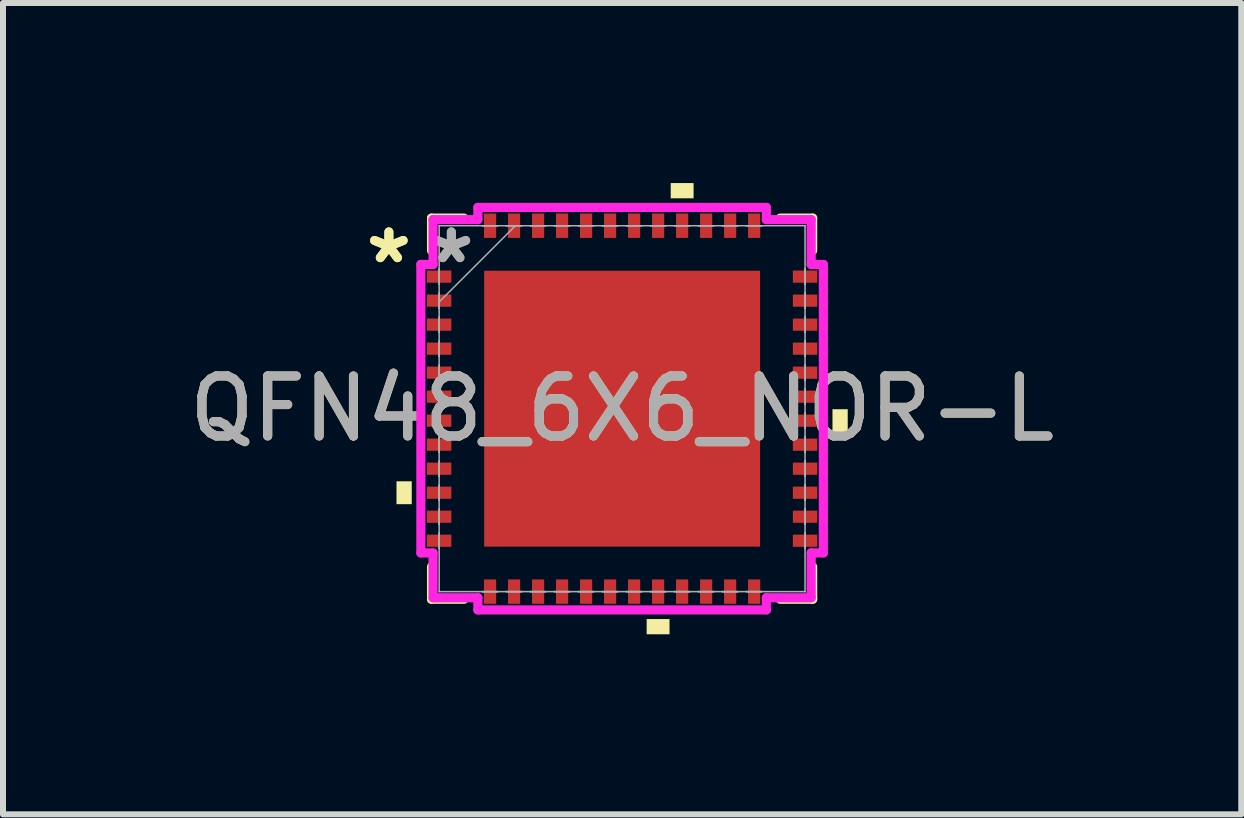
<source format=kicad_pcb>
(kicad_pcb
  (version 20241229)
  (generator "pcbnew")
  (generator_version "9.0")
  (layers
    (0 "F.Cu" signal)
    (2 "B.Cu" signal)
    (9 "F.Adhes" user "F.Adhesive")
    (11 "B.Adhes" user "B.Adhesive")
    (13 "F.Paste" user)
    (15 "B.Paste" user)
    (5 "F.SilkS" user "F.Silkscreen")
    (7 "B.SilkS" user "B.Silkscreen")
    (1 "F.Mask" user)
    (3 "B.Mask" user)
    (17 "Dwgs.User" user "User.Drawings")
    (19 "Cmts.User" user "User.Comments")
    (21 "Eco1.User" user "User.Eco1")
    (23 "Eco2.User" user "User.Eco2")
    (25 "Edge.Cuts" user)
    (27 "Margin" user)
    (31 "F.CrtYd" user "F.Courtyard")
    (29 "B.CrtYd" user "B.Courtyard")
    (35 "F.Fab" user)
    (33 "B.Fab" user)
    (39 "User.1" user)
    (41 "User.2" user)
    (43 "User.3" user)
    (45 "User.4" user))
  (footprint "QFN48_6X6_NOR-L"
    (layer "F.Cu")
    (at 7.315 3.759)
    (property "Reference" "QFN48_6X6_NOR-L" (at 0 0 0) (unlocked yes) (layer "F.SilkS") (effects (font (size 1 1) (thickness 0.15))))
    (attr smd)
    (fp_line (start -3.175 -3.175) (end -3.175 -2.634) (stroke (width 0.152) (type solid)) (layer "F.SilkS"))
    (fp_line (start -3.175 2.634) (end -3.175 3.175) (stroke (width 0.152) (type solid)) (layer "F.SilkS"))
    (fp_line (start -3.175 3.175) (end -2.634 3.175) (stroke (width 0.152) (type solid)) (layer "F.SilkS"))
    (fp_line (start -2.634 -3.175) (end -3.175 -3.175) (stroke (width 0.152) (type solid)) (layer "F.SilkS"))
    (fp_line (start 2.634 3.175) (end 3.175 3.175) (stroke (width 0.152) (type solid)) (layer "F.SilkS"))
    (fp_line (start 3.175 -3.175) (end 2.634 -3.175) (stroke (width 0.152) (type solid)) (layer "F.SilkS"))
    (fp_line (start 3.175 -2.634) (end 3.175 -3.175) (stroke (width 0.152) (type solid)) (layer "F.SilkS"))
    (fp_line (start 3.175 3.175) (end 3.175 2.634) (stroke (width 0.152) (type solid)) (layer "F.SilkS"))
    (fp_poly (pts (xy -3.759 1.21) (xy -3.759 1.591) (xy -3.505 1.591) (xy -3.505 1.21)) (stroke (width 0) (type solid)) (fill yes) (layer "F.SilkS"))
    (fp_poly (pts (xy 0.409 3.505) (xy 0.409 3.759) (xy 0.79 3.759) (xy 0.79 3.505)) (stroke (width 0) (type solid)) (fill yes) (layer "F.SilkS"))
    (fp_poly (pts (xy 0.81 -3.505) (xy 0.81 -3.759) (xy 1.191 -3.759) (xy 1.191 -3.505)) (stroke (width 0) (type solid)) (fill yes) (layer "F.SilkS"))
    (fp_poly (pts (xy 3.759 0.009) (xy 3.759 0.391) (xy 3.505 0.391) (xy 3.505 0.009)) (stroke (width 0) (type solid)) (fill yes) (layer "F.SilkS"))
    (fp_poly (pts (xy -2.199 -2.199) (xy -2.199 -0.866) (xy -0.866 -0.866) (xy -0.866 -2.199)) (stroke (width 0) (type solid)) (fill yes) (layer "F.Paste"))
    (fp_poly (pts (xy -2.199 -0.666) (xy -2.199 0.666) (xy -0.866 0.666) (xy -0.866 -0.666)) (stroke (width 0) (type solid)) (fill yes) (layer "F.Paste"))
    (fp_poly (pts (xy -2.199 0.866) (xy -2.199 2.199) (xy -0.866 2.199) (xy -0.866 0.866)) (stroke (width 0) (type solid)) (fill yes) (layer "F.Paste"))
    (fp_poly (pts (xy -0.666 -2.199) (xy -0.666 -0.866) (xy 0.666 -0.866) (xy 0.666 -2.199)) (stroke (width 0) (type solid)) (fill yes) (layer "F.Paste"))
    (fp_poly (pts (xy -0.666 -0.666) (xy -0.666 0.666) (xy 0.666 0.666) (xy 0.666 -0.666)) (stroke (width 0) (type solid)) (fill yes) (layer "F.Paste"))
    (fp_poly (pts (xy -0.666 0.866) (xy -0.666 2.199) (xy 0.666 2.199) (xy 0.666 0.866)) (stroke (width 0) (type solid)) (fill yes) (layer "F.Paste"))
    (fp_poly (pts (xy 0.866 -2.199) (xy 0.866 -0.866) (xy 2.199 -0.866) (xy 2.199 -2.199)) (stroke (width 0) (type solid)) (fill yes) (layer "F.Paste"))
    (fp_poly (pts (xy 0.866 -0.666) (xy 0.866 0.666) (xy 2.199 0.666) (xy 2.199 -0.666)) (stroke (width 0) (type solid)) (fill yes) (layer "F.Paste"))
    (fp_poly (pts (xy 0.866 0.866) (xy 0.866 2.199) (xy 2.199 2.199) (xy 2.199 0.866)) (stroke (width 0) (type solid)) (fill yes) (layer "F.Paste"))
    (fp_line (start -3.353 -2.403) (end -3.15 -2.403) (stroke (width 0.152) (type solid)) (layer "F.CrtYd"))
    (fp_line (start -3.353 2.403) (end -3.353 -2.403) (stroke (width 0.152) (type solid)) (layer "F.CrtYd"))
    (fp_line (start -3.15 -3.15) (end -2.403 -3.15) (stroke (width 0.152) (type solid)) (layer "F.CrtYd"))
    (fp_line (start -3.15 -2.403) (end -3.15 -3.15) (stroke (width 0.152) (type solid)) (layer "F.CrtYd"))
    (fp_line (start -3.15 2.403) (end -3.353 2.403) (stroke (width 0.152) (type solid)) (layer "F.CrtYd"))
    (fp_line (start -3.15 3.15) (end -3.15 2.403) (stroke (width 0.152) (type solid)) (layer "F.CrtYd"))
    (fp_line (start -2.403 -3.353) (end 2.403 -3.353) (stroke (width 0.152) (type solid)) (layer "F.CrtYd"))
    (fp_line (start -2.403 -3.15) (end -2.403 -3.353) (stroke (width 0.152) (type solid)) (layer "F.CrtYd"))
    (fp_line (start -2.403 3.15) (end -3.15 3.15) (stroke (width 0.152) (type solid)) (layer "F.CrtYd"))
    (fp_line (start -2.403 3.353) (end -2.403 3.15) (stroke (width 0.152) (type solid)) (layer "F.CrtYd"))
    (fp_line (start 2.403 -3.353) (end 2.403 -3.15) (stroke (width 0.152) (type solid)) (layer "F.CrtYd"))
    (fp_line (start 2.403 -3.15) (end 3.15 -3.15) (stroke (width 0.152) (type solid)) (layer "F.CrtYd"))
    (fp_line (start 2.403 3.15) (end 2.403 3.353) (stroke (width 0.152) (type solid)) (layer "F.CrtYd"))
    (fp_line (start 2.403 3.353) (end -2.403 3.353) (stroke (width 0.152) (type solid)) (layer "F.CrtYd"))
    (fp_line (start 3.15 -3.15) (end 3.15 -2.403) (stroke (width 0.152) (type solid)) (layer "F.CrtYd"))
    (fp_line (start 3.15 -2.403) (end 3.353 -2.403) (stroke (width 0.152) (type solid)) (layer "F.CrtYd"))
    (fp_line (start 3.15 2.403) (end 3.15 3.15) (stroke (width 0.152) (type solid)) (layer "F.CrtYd"))
    (fp_line (start 3.15 3.15) (end 2.403 3.15) (stroke (width 0.152) (type solid)) (layer "F.CrtYd"))
    (fp_line (start 3.353 -2.403) (end 3.353 2.403) (stroke (width 0.152) (type solid)) (layer "F.CrtYd"))
    (fp_line (start 3.353 2.403) (end 3.15 2.403) (stroke (width 0.152) (type solid)) (layer "F.CrtYd"))
    (fp_line (start -3.048 -3.048) (end -3.048 -3.048) (stroke (width 0.025) (type solid)) (layer "F.Fab"))
    (fp_line (start -3.048 -3.048) (end -3.048 3.048) (stroke (width 0.025) (type solid)) (layer "F.Fab"))
    (fp_line (start -3.048 -2.327) (end -3.048 -2.327) (stroke (width 0.025) (type solid)) (layer "F.Fab"))
    (fp_line (start -3.048 -2.327) (end -3.048 -2.073) (stroke (width 0.025) (type solid)) (layer "F.Fab"))
    (fp_line (start -3.048 -2.073) (end -3.048 -2.327) (stroke (width 0.025) (type solid)) (layer "F.Fab"))
    (fp_line (start -3.048 -2.073) (end -3.048 -2.073) (stroke (width 0.025) (type solid)) (layer "F.Fab"))
    (fp_line (start -3.048 -1.927) (end -3.048 -1.927) (stroke (width 0.025) (type solid)) (layer "F.Fab"))
    (fp_line (start -3.048 -1.927) (end -3.048 -1.673) (stroke (width 0.025) (type solid)) (layer "F.Fab"))
    (fp_line (start -3.048 -1.778) (end -1.778 -3.048) (stroke (width 0.025) (type solid)) (layer "F.Fab"))
    (fp_line (start -3.048 -1.673) (end -3.048 -1.927) (stroke (width 0.025) (type solid)) (layer "F.Fab"))
    (fp_line (start -3.048 -1.673) (end -3.048 -1.673) (stroke (width 0.025) (type solid)) (layer "F.Fab"))
    (fp_line (start -3.048 -1.527) (end -3.048 -1.527) (stroke (width 0.025) (type solid)) (layer "F.Fab"))
    (fp_line (start -3.048 -1.527) (end -3.048 -1.273) (stroke (width 0.025) (type solid)) (layer "F.Fab"))
    (fp_line (start -3.048 -1.273) (end -3.048 -1.527) (stroke (width 0.025) (type solid)) (layer "F.Fab"))
    (fp_line (start -3.048 -1.273) (end -3.048 -1.273) (stroke (width 0.025) (type solid)) (layer "F.Fab"))
    (fp_line (start -3.048 -1.127) (end -3.048 -1.127) (stroke (width 0.025) (type solid)) (layer "F.Fab"))
    (fp_line (start -3.048 -1.127) (end -3.048 -0.873) (stroke (width 0.025) (type solid)) (layer "F.Fab"))
    (fp_line (start -3.048 -0.873) (end -3.048 -1.127) (stroke (width 0.025) (type solid)) (layer "F.Fab"))
    (fp_line (start -3.048 -0.873) (end -3.048 -0.873) (stroke (width 0.025) (type solid)) (layer "F.Fab"))
    (fp_line (start -3.048 -0.727) (end -3.048 -0.727) (stroke (width 0.025) (type solid)) (layer "F.Fab"))
    (fp_line (start -3.048 -0.727) (end -3.048 -0.473) (stroke (width 0.025) (type solid)) (layer "F.Fab"))
    (fp_line (start -3.048 -0.473) (end -3.048 -0.727) (stroke (width 0.025) (type solid)) (layer "F.Fab"))
    (fp_line (start -3.048 -0.473) (end -3.048 -0.473) (stroke (width 0.025) (type solid)) (layer "F.Fab"))
    (fp_line (start -3.048 -0.327) (end -3.048 -0.327) (stroke (width 0.025) (type solid)) (layer "F.Fab"))
    (fp_line (start -3.048 -0.327) (end -3.048 -0.073) (stroke (width 0.025) (type solid)) (layer "F.Fab"))
    (fp_line (start -3.048 -0.073) (end -3.048 -0.327) (stroke (width 0.025) (type solid)) (layer "F.Fab"))
    (fp_line (start -3.048 -0.073) (end -3.048 -0.073) (stroke (width 0.025) (type solid)) (layer "F.Fab"))
    (fp_line (start -3.048 0.073) (end -3.048 0.073) (stroke (width 0.025) (type solid)) (layer "F.Fab"))
    (fp_line (start -3.048 0.073) (end -3.048 0.327) (stroke (width 0.025) (type solid)) (layer "F.Fab"))
    (fp_line (start -3.048 0.327) (end -3.048 0.073) (stroke (width 0.025) (type solid)) (layer "F.Fab"))
    (fp_line (start -3.048 0.327) (end -3.048 0.327) (stroke (width 0.025) (type solid)) (layer "F.Fab"))
    (fp_line (start -3.048 0.473) (end -3.048 0.473) (stroke (width 0.025) (type solid)) (layer "F.Fab"))
    (fp_line (start -3.048 0.473) (end -3.048 0.727) (stroke (width 0.025) (type solid)) (layer "F.Fab"))
    (fp_line (start -3.048 0.727) (end -3.048 0.473) (stroke (width 0.025) (type solid)) (layer "F.Fab"))
    (fp_line (start -3.048 0.727) (end -3.048 0.727) (stroke (width 0.025) (type solid)) (layer "F.Fab"))
    (fp_line (start -3.048 0.873) (end -3.048 0.873) (stroke (width 0.025) (type solid)) (layer "F.Fab"))
    (fp_line (start -3.048 0.873) (end -3.048 1.127) (stroke (width 0.025) (type solid)) (layer "F.Fab"))
    (fp_line (start -3.048 1.127) (end -3.048 0.873) (stroke (width 0.025) (type solid)) (layer "F.Fab"))
    (fp_line (start -3.048 1.127) (end -3.048 1.127) (stroke (width 0.025) (type solid)) (layer "F.Fab"))
    (fp_line (start -3.048 1.273) (end -3.048 1.273) (stroke (width 0.025) (type solid)) (layer "F.Fab"))
    (fp_line (start -3.048 1.273) (end -3.048 1.527) (stroke (width 0.025) (type solid)) (layer "F.Fab"))
    (fp_line (start -3.048 1.527) (end -3.048 1.273) (stroke (width 0.025) (type solid)) (layer "F.Fab"))
    (fp_line (start -3.048 1.527) (end -3.048 1.527) (stroke (width 0.025) (type solid)) (layer "F.Fab"))
    (fp_line (start -3.048 1.673) (end -3.048 1.673) (stroke (width 0.025) (type solid)) (layer "F.Fab"))
    (fp_line (start -3.048 1.673) (end -3.048 1.927) (stroke (width 0.025) (type solid)) (layer "F.Fab"))
    (fp_line (start -3.048 1.927) (end -3.048 1.673) (stroke (width 0.025) (type solid)) (layer "F.Fab"))
    (fp_line (start -3.048 1.927) (end -3.048 1.927) (stroke (width 0.025) (type solid)) (layer "F.Fab"))
    (fp_line (start -3.048 2.073) (end -3.048 2.073) (stroke (width 0.025) (type solid)) (layer "F.Fab"))
    (fp_line (start -3.048 2.073) (end -3.048 2.327) (stroke (width 0.025) (type solid)) (layer "F.Fab"))
    (fp_line (start -3.048 2.327) (end -3.048 2.073) (stroke (width 0.025) (type solid)) (layer "F.Fab"))
    (fp_line (start -3.048 2.327) (end -3.048 2.327) (stroke (width 0.025) (type solid)) (layer "F.Fab"))
    (fp_line (start -3.048 3.048) (end -3.048 3.048) (stroke (width 0.025) (type solid)) (layer "F.Fab"))
    (fp_line (start -3.048 3.048) (end 3.048 3.048) (stroke (width 0.025) (type solid)) (layer "F.Fab"))
    (fp_line (start -2.327 -3.048) (end -2.327 -3.048) (stroke (width 0.025) (type solid)) (layer "F.Fab"))
    (fp_line (start -2.327 -3.048) (end -2.073 -3.048) (stroke (width 0.025) (type solid)) (layer "F.Fab"))
    (fp_line (start -2.327 3.048) (end -2.327 3.048) (stroke (width 0.025) (type solid)) (layer "F.Fab"))
    (fp_line (start -2.327 3.048) (end -2.073 3.048) (stroke (width 0.025) (type solid)) (layer "F.Fab"))
    (fp_line (start -2.073 -3.048) (end -2.327 -3.048) (stroke (width 0.025) (type solid)) (layer "F.Fab"))
    (fp_line (start -2.073 -3.048) (end -2.073 -3.048) (stroke (width 0.025) (type solid)) (layer "F.Fab"))
    (fp_line (start -2.073 3.048) (end -2.327 3.048) (stroke (width 0.025) (type solid)) (layer "F.Fab"))
    (fp_line (start -2.073 3.048) (end -2.073 3.048) (stroke (width 0.025) (type solid)) (layer "F.Fab"))
    (fp_line (start -1.927 -3.048) (end -1.927 -3.048) (stroke (width 0.025) (type solid)) (layer "F.Fab"))
    (fp_line (start -1.927 -3.048) (end -1.673 -3.048) (stroke (width 0.025) (type solid)) (layer "F.Fab"))
    (fp_line (start -1.927 3.048) (end -1.927 3.048) (stroke (width 0.025) (type solid)) (layer "F.Fab"))
    (fp_line (start -1.927 3.048) (end -1.673 3.048) (stroke (width 0.025) (type solid)) (layer "F.Fab"))
    (fp_line (start -1.673 -3.048) (end -1.927 -3.048) (stroke (width 0.025) (type solid)) (layer "F.Fab"))
    (fp_line (start -1.673 -3.048) (end -1.673 -3.048) (stroke (width 0.025) (type solid)) (layer "F.Fab"))
    (fp_line (start -1.673 3.048) (end -1.927 3.048) (stroke (width 0.025) (type solid)) (layer "F.Fab"))
    (fp_line (start -1.673 3.048) (end -1.673 3.048) (stroke (width 0.025) (type solid)) (layer "F.Fab"))
    (fp_line (start -1.527 -3.048) (end -1.527 -3.048) (stroke (width 0.025) (type solid)) (layer "F.Fab"))
    (fp_line (start -1.527 -3.048) (end -1.273 -3.048) (stroke (width 0.025) (type solid)) (layer "F.Fab"))
    (fp_line (start -1.527 3.048) (end -1.527 3.048) (stroke (width 0.025) (type solid)) (layer "F.Fab"))
    (fp_line (start -1.527 3.048) (end -1.273 3.048) (stroke (width 0.025) (type solid)) (layer "F.Fab"))
    (fp_line (start -1.273 -3.048) (end -1.527 -3.048) (stroke (width 0.025) (type solid)) (layer "F.Fab"))
    (fp_line (start -1.273 -3.048) (end -1.273 -3.048) (stroke (width 0.025) (type solid)) (layer "F.Fab"))
    (fp_line (start -1.273 3.048) (end -1.527 3.048) (stroke (width 0.025) (type solid)) (layer "F.Fab"))
    (fp_line (start -1.273 3.048) (end -1.273 3.048) (stroke (width 0.025) (type solid)) (layer "F.Fab"))
    (fp_line (start -1.127 -3.048) (end -1.127 -3.048) (stroke (width 0.025) (type solid)) (layer "F.Fab"))
    (fp_line (start -1.127 -3.048) (end -0.873 -3.048) (stroke (width 0.025) (type solid)) (layer "F.Fab"))
    (fp_line (start -1.127 3.048) (end -1.127 3.048) (stroke (width 0.025) (type solid)) (layer "F.Fab"))
    (fp_line (start -1.127 3.048) (end -0.873 3.048) (stroke (width 0.025) (type solid)) (layer "F.Fab"))
    (fp_line (start -0.873 -3.048) (end -1.127 -3.048) (stroke (width 0.025) (type solid)) (layer "F.Fab"))
    (fp_line (start -0.873 -3.048) (end -0.873 -3.048) (stroke (width 0.025) (type solid)) (layer "F.Fab"))
    (fp_line (start -0.873 3.048) (end -1.127 3.048) (stroke (width 0.025) (type solid)) (layer "F.Fab"))
    (fp_line (start -0.873 3.048) (end -0.873 3.048) (stroke (width 0.025) (type solid)) (layer "F.Fab"))
    (fp_line (start -0.727 -3.048) (end -0.727 -3.048) (stroke (width 0.025) (type solid)) (layer "F.Fab"))
    (fp_line (start -0.727 -3.048) (end -0.473 -3.048) (stroke (width 0.025) (type solid)) (layer "F.Fab"))
    (fp_line (start -0.727 3.048) (end -0.727 3.048) (stroke (width 0.025) (type solid)) (layer "F.Fab"))
    (fp_line (start -0.727 3.048) (end -0.473 3.048) (stroke (width 0.025) (type solid)) (layer "F.Fab"))
    (fp_line (start -0.473 -3.048) (end -0.727 -3.048) (stroke (width 0.025) (type solid)) (layer "F.Fab"))
    (fp_line (start -0.473 -3.048) (end -0.473 -3.048) (stroke (width 0.025) (type solid)) (layer "F.Fab"))
    (fp_line (start -0.473 3.048) (end -0.727 3.048) (stroke (width 0.025) (type solid)) (layer "F.Fab"))
    (fp_line (start -0.473 3.048) (end -0.473 3.048) (stroke (width 0.025) (type solid)) (layer "F.Fab"))
    (fp_line (start -0.327 -3.048) (end -0.327 -3.048) (stroke (width 0.025) (type solid)) (layer "F.Fab"))
    (fp_line (start -0.327 -3.048) (end -0.073 -3.048) (stroke (width 0.025) (type solid)) (layer "F.Fab"))
    (fp_line (start -0.327 3.048) (end -0.327 3.048) (stroke (width 0.025) (type solid)) (layer "F.Fab"))
    (fp_line (start -0.327 3.048) (end -0.073 3.048) (stroke (width 0.025) (type solid)) (layer "F.Fab"))
    (fp_line (start -0.073 -3.048) (end -0.327 -3.048) (stroke (width 0.025) (type solid)) (layer "F.Fab"))
    (fp_line (start -0.073 -3.048) (end -0.073 -3.048) (stroke (width 0.025) (type solid)) (layer "F.Fab"))
    (fp_line (start -0.073 3.048) (end -0.327 3.048) (stroke (width 0.025) (type solid)) (layer "F.Fab"))
    (fp_line (start -0.073 3.048) (end -0.073 3.048) (stroke (width 0.025) (type solid)) (layer "F.Fab"))
    (fp_line (start 0.073 -3.048) (end 0.073 -3.048) (stroke (width 0.025) (type solid)) (layer "F.Fab"))
    (fp_line (start 0.073 -3.048) (end 0.327 -3.048) (stroke (width 0.025) (type solid)) (layer "F.Fab"))
    (fp_line (start 0.073 3.048) (end 0.073 3.048) (stroke (width 0.025) (type solid)) (layer "F.Fab"))
    (fp_line (start 0.073 3.048) (end 0.327 3.048) (stroke (width 0.025) (type solid)) (layer "F.Fab"))
    (fp_line (start 0.327 -3.048) (end 0.073 -3.048) (stroke (width 0.025) (type solid)) (layer "F.Fab"))
    (fp_line (start 0.327 -3.048) (end 0.327 -3.048) (stroke (width 0.025) (type solid)) (layer "F.Fab"))
    (fp_line (start 0.327 3.048) (end 0.073 3.048) (stroke (width 0.025) (type solid)) (layer "F.Fab"))
    (fp_line (start 0.327 3.048) (end 0.327 3.048) (stroke (width 0.025) (type solid)) (layer "F.Fab"))
    (fp_line (start 0.473 -3.048) (end 0.473 -3.048) (stroke (width 0.025) (type solid)) (layer "F.Fab"))
    (fp_line (start 0.473 -3.048) (end 0.727 -3.048) (stroke (width 0.025) (type solid)) (layer "F.Fab"))
    (fp_line (start 0.473 3.048) (end 0.473 3.048) (stroke (width 0.025) (type solid)) (layer "F.Fab"))
    (fp_line (start 0.473 3.048) (end 0.727 3.048) (stroke (width 0.025) (type solid)) (layer "F.Fab"))
    (fp_line (start 0.727 -3.048) (end 0.473 -3.048) (stroke (width 0.025) (type solid)) (layer "F.Fab"))
    (fp_line (start 0.727 -3.048) (end 0.727 -3.048) (stroke (width 0.025) (type solid)) (layer "F.Fab"))
    (fp_line (start 0.727 3.048) (end 0.473 3.048) (stroke (width 0.025) (type solid)) (layer "F.Fab"))
    (fp_line (start 0.727 3.048) (end 0.727 3.048) (stroke (width 0.025) (type solid)) (layer "F.Fab"))
    (fp_line (start 0.873 -3.048) (end 0.873 -3.048) (stroke (width 0.025) (type solid)) (layer "F.Fab"))
    (fp_line (start 0.873 -3.048) (end 1.127 -3.048) (stroke (width 0.025) (type solid)) (layer "F.Fab"))
    (fp_line (start 0.873 3.048) (end 0.873 3.048) (stroke (width 0.025) (type solid)) (layer "F.Fab"))
    (fp_line (start 0.873 3.048) (end 1.127 3.048) (stroke (width 0.025) (type solid)) (layer "F.Fab"))
    (fp_line (start 1.127 -3.048) (end 0.873 -3.048) (stroke (width 0.025) (type solid)) (layer "F.Fab"))
    (fp_line (start 1.127 -3.048) (end 1.127 -3.048) (stroke (width 0.025) (type solid)) (layer "F.Fab"))
    (fp_line (start 1.127 3.048) (end 0.873 3.048) (stroke (width 0.025) (type solid)) (layer "F.Fab"))
    (fp_line (start 1.127 3.048) (end 1.127 3.048) (stroke (width 0.025) (type solid)) (layer "F.Fab"))
    (fp_line (start 1.273 -3.048) (end 1.273 -3.048) (stroke (width 0.025) (type solid)) (layer "F.Fab"))
    (fp_line (start 1.273 -3.048) (end 1.527 -3.048) (stroke (width 0.025) (type solid)) (layer "F.Fab"))
    (fp_line (start 1.273 3.048) (end 1.273 3.048) (stroke (width 0.025) (type solid)) (layer "F.Fab"))
    (fp_line (start 1.273 3.048) (end 1.527 3.048) (stroke (width 0.025) (type solid)) (layer "F.Fab"))
    (fp_line (start 1.527 -3.048) (end 1.273 -3.048) (stroke (width 0.025) (type solid)) (layer "F.Fab"))
    (fp_line (start 1.527 -3.048) (end 1.527 -3.048) (stroke (width 0.025) (type solid)) (layer "F.Fab"))
    (fp_line (start 1.527 3.048) (end 1.273 3.048) (stroke (width 0.025) (type solid)) (layer "F.Fab"))
    (fp_line (start 1.527 3.048) (end 1.527 3.048) (stroke (width 0.025) (type solid)) (layer "F.Fab"))
    (fp_line (start 1.673 -3.048) (end 1.673 -3.048) (stroke (width 0.025) (type solid)) (layer "F.Fab"))
    (fp_line (start 1.673 -3.048) (end 1.927 -3.048) (stroke (width 0.025) (type solid)) (layer "F.Fab"))
    (fp_line (start 1.673 3.048) (end 1.673 3.048) (stroke (width 0.025) (type solid)) (layer "F.Fab"))
    (fp_line (start 1.673 3.048) (end 1.927 3.048) (stroke (width 0.025) (type solid)) (layer "F.Fab"))
    (fp_line (start 1.927 -3.048) (end 1.673 -3.048) (stroke (width 0.025) (type solid)) (layer "F.Fab"))
    (fp_line (start 1.927 -3.048) (end 1.927 -3.048) (stroke (width 0.025) (type solid)) (layer "F.Fab"))
    (fp_line (start 1.927 3.048) (end 1.673 3.048) (stroke (width 0.025) (type solid)) (layer "F.Fab"))
    (fp_line (start 1.927 3.048) (end 1.927 3.048) (stroke (width 0.025) (type solid)) (layer "F.Fab"))
    (fp_line (start 2.073 -3.048) (end 2.073 -3.048) (stroke (width 0.025) (type solid)) (layer "F.Fab"))
    (fp_line (start 2.073 -3.048) (end 2.327 -3.048) (stroke (width 0.025) (type solid)) (layer "F.Fab"))
    (fp_line (start 2.073 3.048) (end 2.073 3.048) (stroke (width 0.025) (type solid)) (layer "F.Fab"))
    (fp_line (start 2.073 3.048) (end 2.327 3.048) (stroke (width 0.025) (type solid)) (layer "F.Fab"))
    (fp_line (start 2.327 -3.048) (end 2.073 -3.048) (stroke (width 0.025) (type solid)) (layer "F.Fab"))
    (fp_line (start 2.327 -3.048) (end 2.327 -3.048) (stroke (width 0.025) (type solid)) (layer "F.Fab"))
    (fp_line (start 2.327 3.048) (end 2.073 3.048) (stroke (width 0.025) (type solid)) (layer "F.Fab"))
    (fp_line (start 2.327 3.048) (end 2.327 3.048) (stroke (width 0.025) (type solid)) (layer "F.Fab"))
    (fp_line (start 3.048 -3.048) (end -3.048 -3.048) (stroke (width 0.025) (type solid)) (layer "F.Fab"))
    (fp_line (start 3.048 -3.048) (end 3.048 -3.048) (stroke (width 0.025) (type solid)) (layer "F.Fab"))
    (fp_line (start 3.048 -2.327) (end 3.048 -2.327) (stroke (width 0.025) (type solid)) (layer "F.Fab"))
    (fp_line (start 3.048 -2.327) (end 3.048 -2.073) (stroke (width 0.025) (type solid)) (layer "F.Fab"))
    (fp_line (start 3.048 -2.073) (end 3.048 -2.327) (stroke (width 0.025) (type solid)) (layer "F.Fab"))
    (fp_line (start 3.048 -2.073) (end 3.048 -2.073) (stroke (width 0.025) (type solid)) (layer "F.Fab"))
    (fp_line (start 3.048 -1.927) (end 3.048 -1.927) (stroke (width 0.025) (type solid)) (layer "F.Fab"))
    (fp_line (start 3.048 -1.927) (end 3.048 -1.673) (stroke (width 0.025) (type solid)) (layer "F.Fab"))
    (fp_line (start 3.048 -1.673) (end 3.048 -1.927) (stroke (width 0.025) (type solid)) (layer "F.Fab"))
    (fp_line (start 3.048 -1.673) (end 3.048 -1.673) (stroke (width 0.025) (type solid)) (layer "F.Fab"))
    (fp_line (start 3.048 -1.527) (end 3.048 -1.527) (stroke (width 0.025) (type solid)) (layer "F.Fab"))
    (fp_line (start 3.048 -1.527) (end 3.048 -1.273) (stroke (width 0.025) (type solid)) (layer "F.Fab"))
    (fp_line (start 3.048 -1.273) (end 3.048 -1.527) (stroke (width 0.025) (type solid)) (layer "F.Fab"))
    (fp_line (start 3.048 -1.273) (end 3.048 -1.273) (stroke (width 0.025) (type solid)) (layer "F.Fab"))
    (fp_line (start 3.048 -1.127) (end 3.048 -1.127) (stroke (width 0.025) (type solid)) (layer "F.Fab"))
    (fp_line (start 3.048 -1.127) (end 3.048 -0.873) (stroke (width 0.025) (type solid)) (layer "F.Fab"))
    (fp_line (start 3.048 -0.873) (end 3.048 -1.127) (stroke (width 0.025) (type solid)) (layer "F.Fab"))
    (fp_line (start 3.048 -0.873) (end 3.048 -0.873) (stroke (width 0.025) (type solid)) (layer "F.Fab"))
    (fp_line (start 3.048 -0.727) (end 3.048 -0.727) (stroke (width 0.025) (type solid)) (layer "F.Fab"))
    (fp_line (start 3.048 -0.727) (end 3.048 -0.473) (stroke (width 0.025) (type solid)) (layer "F.Fab"))
    (fp_line (start 3.048 -0.473) (end 3.048 -0.727) (stroke (width 0.025) (type solid)) (layer "F.Fab"))
    (fp_line (start 3.048 -0.473) (end 3.048 -0.473) (stroke (width 0.025) (type solid)) (layer "F.Fab"))
    (fp_line (start 3.048 -0.327) (end 3.048 -0.327) (stroke (width 0.025) (type solid)) (layer "F.Fab"))
    (fp_line (start 3.048 -0.327) (end 3.048 -0.073) (stroke (width 0.025) (type solid)) (layer "F.Fab"))
    (fp_line (start 3.048 -0.073) (end 3.048 -0.327) (stroke (width 0.025) (type solid)) (layer "F.Fab"))
    (fp_line (start 3.048 -0.073) (end 3.048 -0.073) (stroke (width 0.025) (type solid)) (layer "F.Fab"))
    (fp_line (start 3.048 0.073) (end 3.048 0.073) (stroke (width 0.025) (type solid)) (layer "F.Fab"))
    (fp_line (start 3.048 0.073) (end 3.048 0.327) (stroke (width 0.025) (type solid)) (layer "F.Fab"))
    (fp_line (start 3.048 0.327) (end 3.048 0.073) (stroke (width 0.025) (type solid)) (layer "F.Fab"))
    (fp_line (start 3.048 0.327) (end 3.048 0.327) (stroke (width 0.025) (type solid)) (layer "F.Fab"))
    (fp_line (start 3.048 0.473) (end 3.048 0.473) (stroke (width 0.025) (type solid)) (layer "F.Fab"))
    (fp_line (start 3.048 0.473) (end 3.048 0.727) (stroke (width 0.025) (type solid)) (layer "F.Fab"))
    (fp_line (start 3.048 0.727) (end 3.048 0.473) (stroke (width 0.025) (type solid)) (layer "F.Fab"))
    (fp_line (start 3.048 0.727) (end 3.048 0.727) (stroke (width 0.025) (type solid)) (layer "F.Fab"))
    (fp_line (start 3.048 0.873) (end 3.048 0.873) (stroke (width 0.025) (type solid)) (layer "F.Fab"))
    (fp_line (start 3.048 0.873) (end 3.048 1.127) (stroke (width 0.025) (type solid)) (layer "F.Fab"))
    (fp_line (start 3.048 1.127) (end 3.048 0.873) (stroke (width 0.025) (type solid)) (layer "F.Fab"))
    (fp_line (start 3.048 1.127) (end 3.048 1.127) (stroke (width 0.025) (type solid)) (layer "F.Fab"))
    (fp_line (start 3.048 1.273) (end 3.048 1.273) (stroke (width 0.025) (type solid)) (layer "F.Fab"))
    (fp_line (start 3.048 1.273) (end 3.048 1.527) (stroke (width 0.025) (type solid)) (layer "F.Fab"))
    (fp_line (start 3.048 1.527) (end 3.048 1.273) (stroke (width 0.025) (type solid)) (layer "F.Fab"))
    (fp_line (start 3.048 1.527) (end 3.048 1.527) (stroke (width 0.025) (type solid)) (layer "F.Fab"))
    (fp_line (start 3.048 1.673) (end 3.048 1.673) (stroke (width 0.025) (type solid)) (layer "F.Fab"))
    (fp_line (start 3.048 1.673) (end 3.048 1.927) (stroke (width 0.025) (type solid)) (layer "F.Fab"))
    (fp_line (start 3.048 1.927) (end 3.048 1.673) (stroke (width 0.025) (type solid)) (layer "F.Fab"))
    (fp_line (start 3.048 1.927) (end 3.048 1.927) (stroke (width 0.025) (type solid)) (layer "F.Fab"))
    (fp_line (start 3.048 2.073) (end 3.048 2.073) (stroke (width 0.025) (type solid)) (layer "F.Fab"))
    (fp_line (start 3.048 2.073) (end 3.048 2.327) (stroke (width 0.025) (type solid)) (layer "F.Fab"))
    (fp_line (start 3.048 2.327) (end 3.048 2.073) (stroke (width 0.025) (type solid)) (layer "F.Fab"))
    (fp_line (start 3.048 2.327) (end 3.048 2.327) (stroke (width 0.025) (type solid)) (layer "F.Fab"))
    (fp_line (start 3.048 3.048) (end 3.048 -3.048) (stroke (width 0.025) (type solid)) (layer "F.Fab"))
    (fp_line (start 3.048 3.048) (end 3.048 3.048) (stroke (width 0.025) (type solid)) (layer "F.Fab"))
    (fp_text user "*" (at -3.886 -2.4 0) (layer "F.SilkS") (effects (font (size 1 1) (thickness 0.15))))
    (fp_text user "*" (at -3.886 -2.4 0) (unlocked yes) (layer "F.SilkS") (effects (font (size 1 1) (thickness 0.15))))
    (fp_text user "${REFERENCE}" (at 0 0 0) (unlocked yes) (layer "F.Fab") (effects (font (size 1 1) (thickness 0.15))))
    (fp_text user "*" (at -2.845 -2.4 0) (layer "F.Fab") (effects (font (size 1 1) (thickness 0.15))))
    (fp_text user "*" (at -2.845 -2.4 0) (unlocked yes) (layer "F.Fab") (effects (font (size 1 1) (thickness 0.15))))
    (pad "1" smd rect (at -3.048 -2.2 90) (size 0.203 0.406) (layers "F.Cu" "F.Mask" "F.Paste"))
    (pad "2" smd rect (at -3.048 -1.8 90) (size 0.203 0.406) (layers "F.Cu" "F.Mask" "F.Paste"))
    (pad "3" smd rect (at -3.048 -1.4 90) (size 0.203 0.406) (layers "F.Cu" "F.Mask" "F.Paste"))
    (pad "4" smd rect (at -3.048 -1 90) (size 0.203 0.406) (layers "F.Cu" "F.Mask" "F.Paste"))
    (pad "5" smd rect (at -3.048 -0.6 90) (size 0.203 0.406) (layers "F.Cu" "F.Mask" "F.Paste"))
    (pad "6" smd rect (at -3.048 -0.2 90) (size 0.203 0.406) (layers "F.Cu" "F.Mask" "F.Paste"))
    (pad "7" smd rect (at -3.048 0.2 90) (size 0.203 0.406) (layers "F.Cu" "F.Mask" "F.Paste"))
    (pad "8" smd rect (at -3.048 0.6 90) (size 0.203 0.406) (layers "F.Cu" "F.Mask" "F.Paste"))
    (pad "9" smd rect (at -3.048 1 90) (size 0.203 0.406) (layers "F.Cu" "F.Mask" "F.Paste"))
    (pad "10" smd rect (at -3.048 1.4 90) (size 0.203 0.406) (layers "F.Cu" "F.Mask" "F.Paste"))
    (pad "11" smd rect (at -3.048 1.8 90) (size 0.203 0.406) (layers "F.Cu" "F.Mask" "F.Paste"))
    (pad "12" smd rect (at -3.048 2.2 90) (size 0.203 0.406) (layers "F.Cu" "F.Mask" "F.Paste"))
    (pad "13" smd rect (at -2.2 3.048) (size 0.203 0.406) (layers "F.Cu" "F.Mask" "F.Paste"))
    (pad "14" smd rect (at -1.8 3.048) (size 0.203 0.406) (layers "F.Cu" "F.Mask" "F.Paste"))
    (pad "15" smd rect (at -1.4 3.048) (size 0.203 0.406) (layers "F.Cu" "F.Mask" "F.Paste"))
    (pad "16" smd rect (at -1 3.048) (size 0.203 0.406) (layers "F.Cu" "F.Mask" "F.Paste"))
    (pad "17" smd rect (at -0.6 3.048) (size 0.203 0.406) (layers "F.Cu" "F.Mask" "F.Paste"))
    (pad "18" smd rect (at -0.2 3.048) (size 0.203 0.406) (layers "F.Cu" "F.Mask" "F.Paste"))
    (pad "19" smd rect (at 0.2 3.048) (size 0.203 0.406) (layers "F.Cu" "F.Mask" "F.Paste"))
    (pad "20" smd rect (at 0.6 3.048) (size 0.203 0.406) (layers "F.Cu" "F.Mask" "F.Paste"))
    (pad "21" smd rect (at 1 3.048) (size 0.203 0.406) (layers "F.Cu" "F.Mask" "F.Paste"))
    (pad "22" smd rect (at 1.4 3.048) (size 0.203 0.406) (layers "F.Cu" "F.Mask" "F.Paste"))
    (pad "23" smd rect (at 1.8 3.048) (size 0.203 0.406) (layers "F.Cu" "F.Mask" "F.Paste"))
    (pad "24" smd rect (at 2.2 3.048) (size 0.203 0.406) (layers "F.Cu" "F.Mask" "F.Paste"))
    (pad "25" smd rect (at 3.048 2.2 90) (size 0.203 0.406) (layers "F.Cu" "F.Mask" "F.Paste"))
    (pad "26" smd rect (at 3.048 1.8 90) (size 0.203 0.406) (layers "F.Cu" "F.Mask" "F.Paste"))
    (pad "27" smd rect (at 3.048 1.4 90) (size 0.203 0.406) (layers "F.Cu" "F.Mask" "F.Paste"))
    (pad "28" smd rect (at 3.048 1 90) (size 0.203 0.406) (layers "F.Cu" "F.Mask" "F.Paste"))
    (pad "29" smd rect (at 3.048 0.6 90) (size 0.203 0.406) (layers "F.Cu" "F.Mask" "F.Paste"))
    (pad "30" smd rect (at 3.048 0.2 90) (size 0.203 0.406) (layers "F.Cu" "F.Mask" "F.Paste"))
    (pad "31" smd rect (at 3.048 -0.2 90) (size 0.203 0.406) (layers "F.Cu" "F.Mask" "F.Paste"))
    (pad "32" smd rect (at 3.048 -0.6 90) (size 0.203 0.406) (layers "F.Cu" "F.Mask" "F.Paste"))
    (pad "33" smd rect (at 3.048 -1 90) (size 0.203 0.406) (layers "F.Cu" "F.Mask" "F.Paste"))
    (pad "34" smd rect (at 3.048 -1.4 90) (size 0.203 0.406) (layers "F.Cu" "F.Mask" "F.Paste"))
    (pad "35" smd rect (at 3.048 -1.8 90) (size 0.203 0.406) (layers "F.Cu" "F.Mask" "F.Paste"))
    (pad "36" smd rect (at 3.048 -2.2 90) (size 0.203 0.406) (layers "F.Cu" "F.Mask" "F.Paste"))
    (pad "37" smd rect (at 2.2 -3.048) (size 0.203 0.406) (layers "F.Cu" "F.Mask" "F.Paste"))
    (pad "38" smd rect (at 1.8 -3.048) (size 0.203 0.406) (layers "F.Cu" "F.Mask" "F.Paste"))
    (pad "39" smd rect (at 1.4 -3.048) (size 0.203 0.406) (layers "F.Cu" "F.Mask" "F.Paste"))
    (pad "40" smd rect (at 1 -3.048) (size 0.203 0.406) (layers "F.Cu" "F.Mask" "F.Paste"))
    (pad "41" smd rect (at 0.6 -3.048) (size 0.203 0.406) (layers "F.Cu" "F.Mask" "F.Paste"))
    (pad "42" smd rect (at 0.2 -3.048) (size 0.203 0.406) (layers "F.Cu" "F.Mask" "F.Paste"))
    (pad "43" smd rect (at -0.2 -3.048) (size 0.203 0.406) (layers "F.Cu" "F.Mask" "F.Paste"))
    (pad "44" smd rect (at -0.6 -3.048) (size 0.203 0.406) (layers "F.Cu" "F.Mask" "F.Paste"))
    (pad "45" smd rect (at -1 -3.048) (size 0.203 0.406) (layers "F.Cu" "F.Mask" "F.Paste"))
    (pad "46" smd rect (at -1.4 -3.048) (size 0.203 0.406) (layers "F.Cu" "F.Mask" "F.Paste"))
    (pad "47" smd rect (at -1.8 -3.048) (size 0.203 0.406) (layers "F.Cu" "F.Mask" "F.Paste"))
    (pad "48" smd rect (at -2.2 -3.048) (size 0.203 0.406) (layers "F.Cu" "F.Mask" "F.Paste"))
    (pad "49" smd rect (at 0 0) (size 4.597 4.597) (layers "F.Cu" "F.Mask" "F.Paste")))
  (gr_rect
    (start -3 -3)
    (end 17.631 10.518)
    (stroke (width 0.1) (type default))
    (fill no)
    (layer "Edge.Cuts")))
</source>
